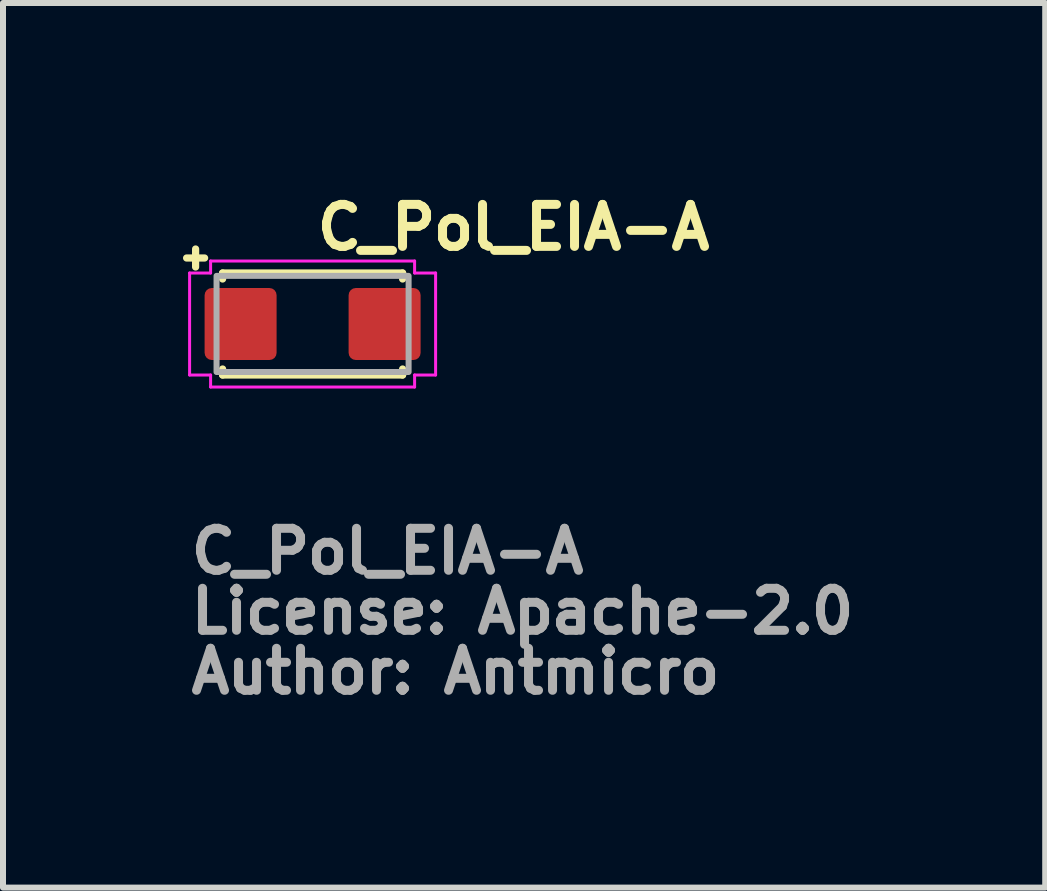
<source format=kicad_pcb>
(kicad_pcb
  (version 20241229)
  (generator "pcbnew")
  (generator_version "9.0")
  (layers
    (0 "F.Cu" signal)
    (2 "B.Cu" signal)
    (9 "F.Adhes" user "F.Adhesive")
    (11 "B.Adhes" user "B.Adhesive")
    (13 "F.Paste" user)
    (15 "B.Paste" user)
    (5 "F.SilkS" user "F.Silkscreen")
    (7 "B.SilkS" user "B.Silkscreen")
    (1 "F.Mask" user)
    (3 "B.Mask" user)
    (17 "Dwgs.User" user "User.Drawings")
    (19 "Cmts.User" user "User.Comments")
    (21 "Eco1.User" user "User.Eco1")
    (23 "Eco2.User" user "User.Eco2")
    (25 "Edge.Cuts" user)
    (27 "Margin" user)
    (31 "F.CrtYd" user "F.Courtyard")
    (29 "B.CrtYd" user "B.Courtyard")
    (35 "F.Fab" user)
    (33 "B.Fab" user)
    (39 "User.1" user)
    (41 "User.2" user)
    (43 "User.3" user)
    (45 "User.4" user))
  (footprint "C_Pol_EIA-A"
    (layer "F.Cu")
    (at 2.16 2.35)
    (property "Reference" "C_Pol_EIA-A" (at 0 -1.2 0) (layer "F.SilkS") (effects (font (size 0.7 0.7) (thickness 0.15)) (justify left bottom)))
    (attr smd)
    (fp_line (start -2.1 -1.1) (end -1.8 -1.1) (stroke (width 0.12) (type solid)) (layer "F.SilkS"))
    (fp_line (start -1.95 -1.25) (end -1.95 -0.95) (stroke (width 0.12) (type solid)) (layer "F.SilkS"))
    (fp_line (start -1.5 -0.85) (end 1.5 -0.85) (stroke (width 0.12) (type solid)) (layer "F.SilkS"))
    (fp_line (start -1.5 -0.75) (end -1.5 -0.85) (stroke (width 0.12) (type solid)) (layer "F.SilkS"))
    (fp_line (start -1.5 0.75) (end -1.5 0.85) (stroke (width 0.12) (type solid)) (layer "F.SilkS"))
    (fp_line (start 1.5 -0.75) (end 1.5 -0.85) (stroke (width 0.12) (type solid)) (layer "F.SilkS"))
    (fp_line (start 1.5 0.75) (end 1.5 0.85) (stroke (width 0.12) (type solid)) (layer "F.SilkS"))
    (fp_line (start 1.5 0.85) (end -1.5 0.85) (stroke (width 0.12) (type solid)) (layer "F.SilkS"))
    (fp_line (start -2.05 -0.85) (end -2.05 0.85) (stroke (width 0.05) (type solid)) (layer "F.CrtYd"))
    (fp_line (start -1.7 -0.85) (end -2.05 -0.85) (stroke (width 0.05) (type solid)) (layer "F.CrtYd"))
    (fp_line (start -1.7 -0.85) (end -1.7 -1.05) (stroke (width 0.05) (type solid)) (layer "F.CrtYd"))
    (fp_line (start -1.7 0.85) (end -2.05 0.85) (stroke (width 0.05) (type solid)) (layer "F.CrtYd"))
    (fp_line (start -1.7 1.05) (end -1.7 0.85) (stroke (width 0.05) (type solid)) (layer "F.CrtYd"))
    (fp_line (start 1.7 -1.05) (end -1.7 -1.05) (stroke (width 0.05) (type solid)) (layer "F.CrtYd"))
    (fp_line (start 1.7 -0.85) (end 1.7 -1.05) (stroke (width 0.05) (type solid)) (layer "F.CrtYd"))
    (fp_line (start 1.7 1.05) (end -1.7 1.05) (stroke (width 0.05) (type solid)) (layer "F.CrtYd"))
    (fp_line (start 1.7 1.05) (end 1.7 0.85) (stroke (width 0.05) (type solid)) (layer "F.CrtYd"))
    (fp_line (start 2.05 -0.85) (end 1.7 -0.85) (stroke (width 0.05) (type solid)) (layer "F.CrtYd"))
    (fp_line (start 2.05 -0.85) (end 2.05 0.85) (stroke (width 0.05) (type solid)) (layer "F.CrtYd"))
    (fp_line (start 2.05 0.85) (end 1.7 0.85) (stroke (width 0.05) (type solid)) (layer "F.CrtYd"))
    (fp_rect (start -1.601 -0.802) (end 1.6 0.8) (stroke (width 0.1) (type solid)) (fill no) (layer "F.Fab"))
    (fp_rect (start -1.601 -0.802) (end 1.6 0.8) (stroke (width 0.1) (type solid)) (fill no) (layer "User.5"))
    (fp_line (start -1.601 0.598) (end -1.601 -0.6) (stroke (width 0.02) (type solid)) (layer "User.9"))
    (fp_line (start -1.452 -0.802) (end -1.452 -0.6) (stroke (width 0.02) (type solid)) (layer "User.9"))
    (fp_line (start -1.452 -0.6) (end -1.601 -0.6) (stroke (width 0.02) (type solid)) (layer "User.9"))
    (fp_line (start -1.452 -0.6) (end -1.452 0.598) (stroke (width 0.02) (type solid)) (layer "User.9"))
    (fp_line (start -1.452 0.598) (end -1.601 0.598) (stroke (width 0.02) (type solid)) (layer "User.9"))
    (fp_line (start -1.452 0.598) (end -1.452 0.8) (stroke (width 0.02) (type solid)) (layer "User.9"))
    (fp_line (start -1.452 0.8) (end 1.449 0.8) (stroke (width 0.02) (type solid)) (layer "User.9"))
    (fp_line (start -1.377 -0.727) (end -1.452 -0.802) (stroke (width 0.02) (type solid)) (layer "User.9"))
    (fp_line (start -1.377 -0.727) (end -1.377 0.725) (stroke (width 0.02) (type solid)) (layer "User.9"))
    (fp_line (start -1.377 0.725) (end -1.452 0.8) (stroke (width 0.02) (type solid)) (layer "User.9"))
    (fp_line (start -1.377 0.725) (end 1.376 0.725) (stroke (width 0.02) (type solid)) (layer "User.9"))
    (fp_line (start -1.28 0.12) (end -1.28 0.663) (stroke (width 0.02) (type solid)) (layer "User.9"))
    (fp_line (start -1.28 0.663) (end -1.014 0.663) (stroke (width 0.02) (type solid)) (layer "User.9"))
    (fp_line (start -1.278 -0.673) (end -1.278 -0.13) (stroke (width 0.02) (type solid)) (layer "User.9"))
    (fp_line (start -1.014 0.663) (end -1.014 0.12) (stroke (width 0.02) (type solid)) (layer "User.9"))
    (fp_line (start -1.012 -0.673) (end -1.278 -0.673) (stroke (width 0.02) (type solid)) (layer "User.9"))
    (fp_line (start -1.012 -0.13) (end -1.012 -0.673) (stroke (width 0.02) (type solid)) (layer "User.9"))
    (fp_line (start 1.376 -0.727) (end -1.377 -0.727) (stroke (width 0.02) (type solid)) (layer "User.9"))
    (fp_line (start 1.376 -0.727) (end 1.449 -0.802) (stroke (width 0.02) (type solid)) (layer "User.9"))
    (fp_line (start 1.376 0.725) (end 1.376 -0.727) (stroke (width 0.02) (type solid)) (layer "User.9"))
    (fp_line (start 1.376 0.725) (end 1.449 0.8) (stroke (width 0.02) (type solid)) (layer "User.9"))
    (fp_line (start 1.449 -0.802) (end -1.452 -0.802) (stroke (width 0.02) (type solid)) (layer "User.9"))
    (fp_line (start 1.449 -0.6) (end 1.449 -0.802) (stroke (width 0.02) (type solid)) (layer "User.9"))
    (fp_line (start 1.449 -0.6) (end 1.449 0.598) (stroke (width 0.02) (type solid)) (layer "User.9"))
    (fp_line (start 1.449 0.8) (end 1.449 0.598) (stroke (width 0.02) (type solid)) (layer "User.9"))
    (fp_line (start 1.6 -0.6) (end 1.449 -0.6) (stroke (width 0.02) (type solid)) (layer "User.9"))
    (fp_line (start 1.6 0.598) (end 1.449 0.598) (stroke (width 0.02) (type solid)) (layer "User.9"))
    (fp_line (start 1.6 0.598) (end 1.6 -0.6) (stroke (width 0.02) (type solid)) (layer "User.9"))
    (fp_arc (start -1.278 -0.13) (mid -1.145 -0.165439) (end -1.012 -0.13) (stroke (width 0.02) (type solid)) (layer "User.9"))
    (fp_arc (start -1.014 0.12) (mid -1.147 0.155439) (end -1.28 0.12) (stroke (width 0.02) (type solid)) (layer "User.9"))
    (fp_text user "License: Apache-2.0" (at -2.1 5.198 0) (layer "F.Fab") (effects (font (size 0.7 0.7) (thickness 0.15)) (justify left bottom)))
    (fp_text user "Author: Antmicro" (at -2.1 6.198 0) (layer "F.Fab") (effects (font (size 0.7 0.7) (thickness 0.15)) (justify left bottom)))
    (fp_text user "${REFERENCE}" (at -2.1 4.198 0) (layer "F.Fab") (effects (font (size 0.7 0.7) (thickness 0.15)) (justify left bottom)))
    (pad "1" smd roundrect (at -1.2 0) (size 1.2 1.2) (layers "F.Cu" "F.Mask" "F.Paste") (roundrect_rratio 0.1))
    (pad "2" smd roundrect (at 1.2 0) (size 1.2 1.2) (layers "F.Cu" "F.Mask" "F.Paste") (roundrect_rratio 0.1)))
  (gr_rect
    (start -3 -3)
    (end 14.37 11.743)
    (stroke (width 0.1) (type default))
    (fill no)
    (layer "Edge.Cuts")))
</source>
